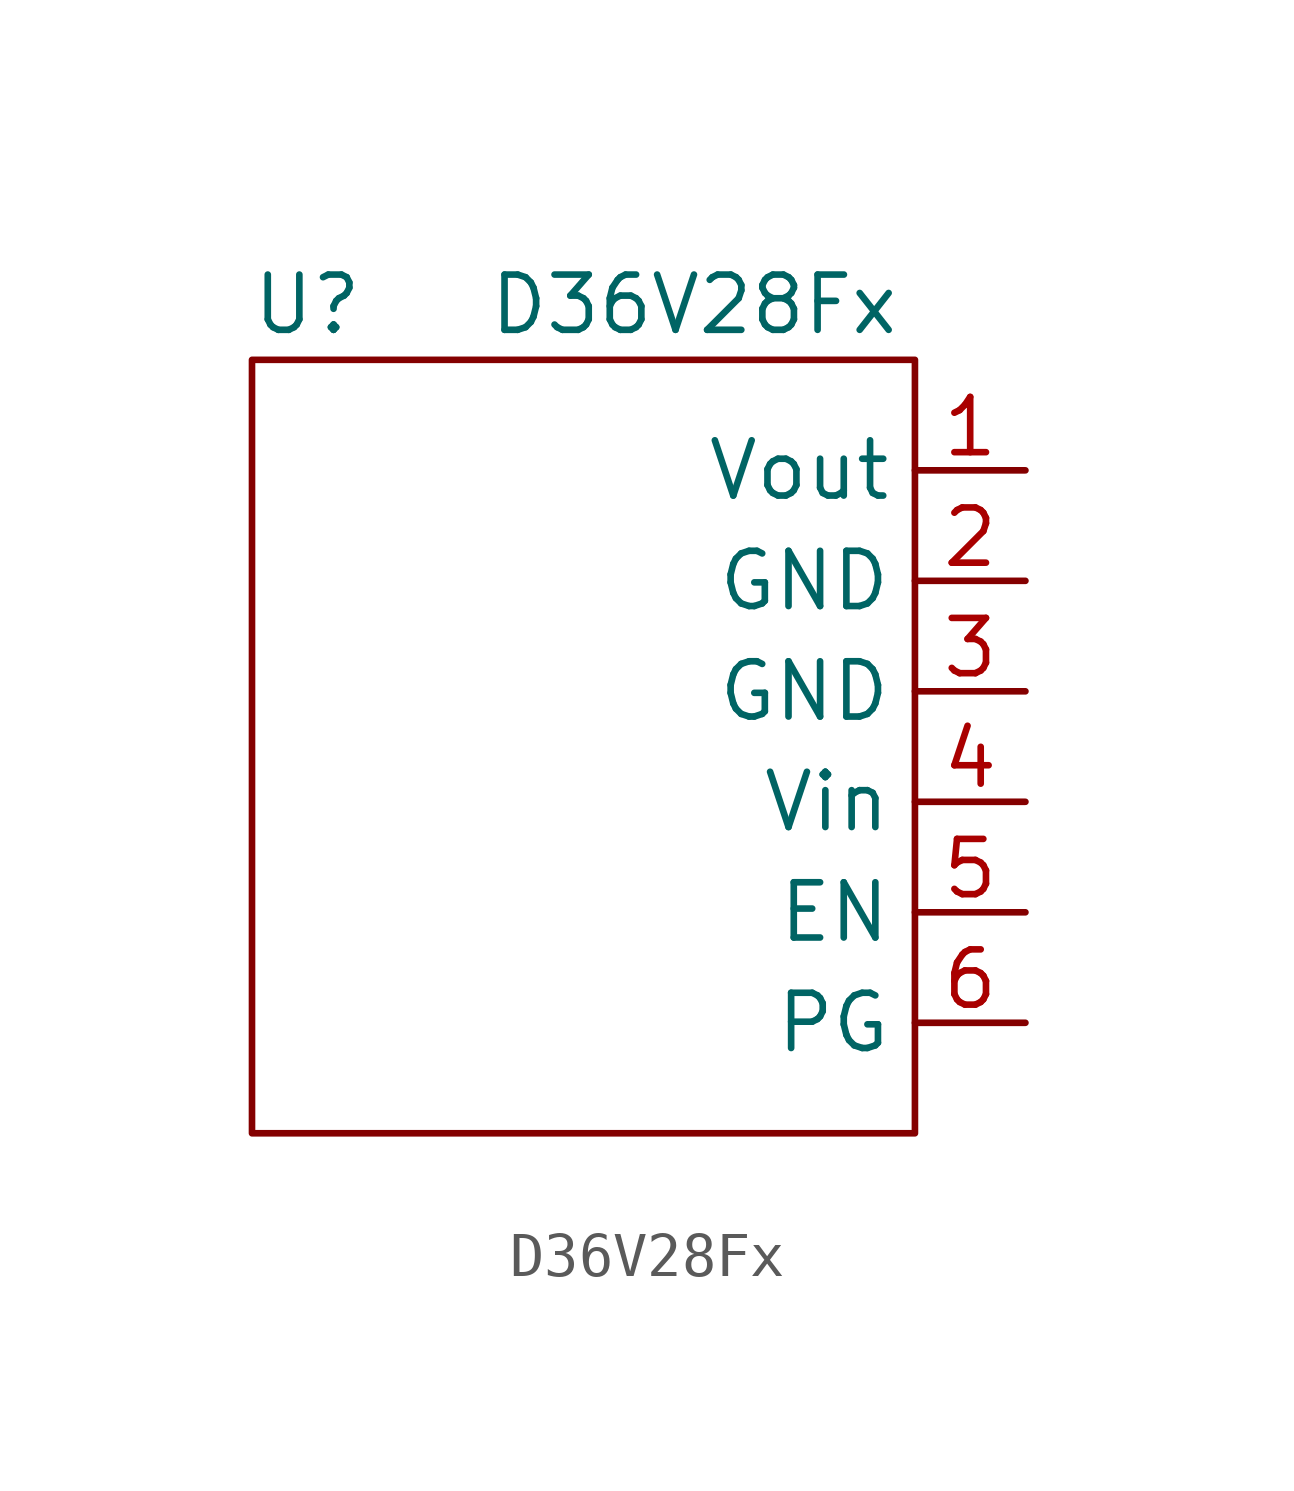
<source format=kicad_sym>
(kicad_symbol_lib
  (version 20211014)
  (generator kicad_symbol_editor)
  (symbol "D36V28Fx"
    (property "Reference" "U"
      (at -6.35 8.89 0)
      (effects (font (size 1.27 1.27))))
    (property "Value" "D36V28Fx"
      (at 2.54 8.89 0)
      (effects (font (size 1.27 1.27))))
    (symbol "D36V28Fx_0_1"
      (rectangle (start -7.62 7.62) (end 7.62 -10.16) (stroke (width 0) (type default) (color 0 0 0 0)) (fill (type none))))
    (symbol "D36V28Fx_1_1"
      (pin bidirectional line (at 10.16 5.08 180) (length 2.54) (name "Vout" (effects (font (size 1.27 1.27)))) (number "1" (effects (font (size 1.27 1.27)))))
      (pin bidirectional line (at 10.16 2.54 180) (length 2.54) (name "GND" (effects (font (size 1.27 1.27)))) (number "2" (effects (font (size 1.27 1.27)))))
      (pin bidirectional line (at 10.16 0 180) (length 2.54) (name "GND" (effects (font (size 1.27 1.27)))) (number "3" (effects (font (size 1.27 1.27)))))
      (pin bidirectional line (at 10.16 -2.54 180) (length 2.54) (name "Vin" (effects (font (size 1.27 1.27)))) (number "4" (effects (font (size 1.27 1.27)))))
      (pin bidirectional line (at 10.16 -5.08 180) (length 2.54) (name "EN" (effects (font (size 1.27 1.27)))) (number "5" (effects (font (size 1.27 1.27)))))
      (pin bidirectional line (at 10.16 -7.62 180) (length 2.54) (name "PG" (effects (font (size 1.27 1.27)))) (number "6" (effects (font (size 1.27 1.27))))))))
</source>
